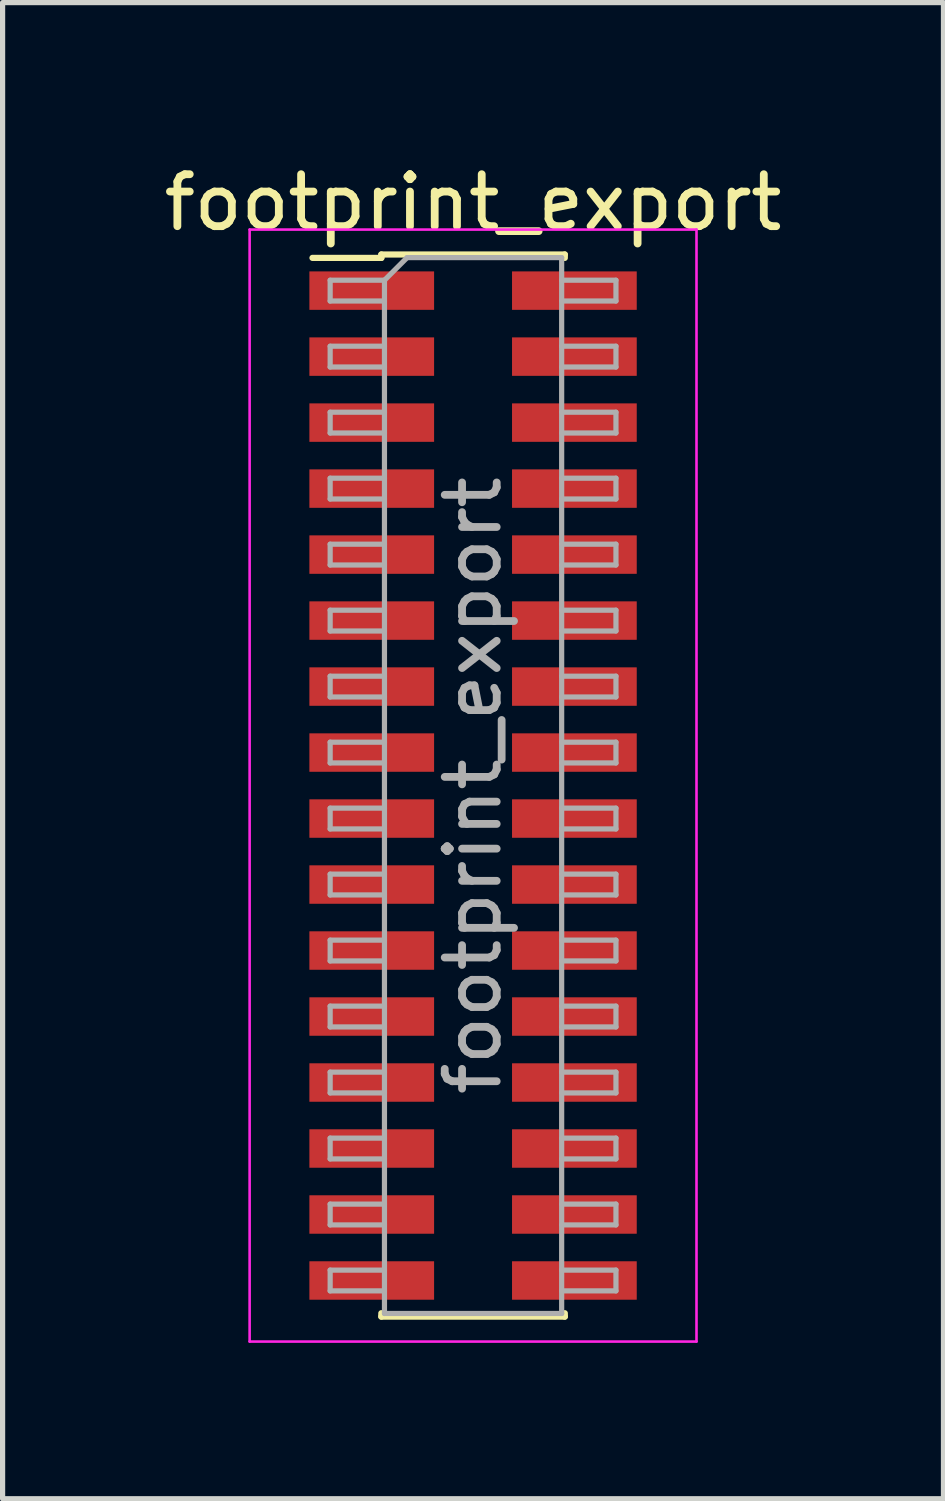
<source format=kicad_pcb>
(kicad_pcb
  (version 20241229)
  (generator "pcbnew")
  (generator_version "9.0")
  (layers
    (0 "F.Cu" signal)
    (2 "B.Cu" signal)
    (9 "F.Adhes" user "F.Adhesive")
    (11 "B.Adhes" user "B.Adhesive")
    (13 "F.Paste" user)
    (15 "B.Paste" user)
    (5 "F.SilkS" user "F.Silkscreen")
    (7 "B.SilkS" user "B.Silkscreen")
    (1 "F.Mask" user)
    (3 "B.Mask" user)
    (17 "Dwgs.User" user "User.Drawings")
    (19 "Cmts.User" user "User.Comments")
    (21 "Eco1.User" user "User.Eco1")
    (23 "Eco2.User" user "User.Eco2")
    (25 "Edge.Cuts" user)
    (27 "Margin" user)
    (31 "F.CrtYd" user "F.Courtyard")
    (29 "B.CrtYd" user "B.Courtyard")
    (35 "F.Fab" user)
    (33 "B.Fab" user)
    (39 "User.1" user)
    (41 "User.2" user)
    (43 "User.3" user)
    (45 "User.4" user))
  (footprint "footprint_export"
    (layer "F.Cu")
    (at 6.054 12.068)
    (property "Reference" "footprint_export" (at 0 -11.22 0) (layer "F.SilkS") (effects (font (size 1 1) (thickness 0.15))))
    (attr smd)
    (fp_line (start -3.09 -10.155) (end -1.765 -10.155) (stroke (width 0.12) (type solid)) (layer "F.SilkS"))
    (fp_line (start -1.765 -10.22) (end -1.765 -10.155) (stroke (width 0.12) (type solid)) (layer "F.SilkS"))
    (fp_line (start -1.765 -10.22) (end 1.765 -10.22) (stroke (width 0.12) (type solid)) (layer "F.SilkS"))
    (fp_line (start -1.765 10.155) (end -1.765 10.22) (stroke (width 0.12) (type solid)) (layer "F.SilkS"))
    (fp_line (start -1.765 10.22) (end 1.765 10.22) (stroke (width 0.12) (type solid)) (layer "F.SilkS"))
    (fp_line (start 1.765 -10.22) (end 1.765 -10.155) (stroke (width 0.12) (type solid)) (layer "F.SilkS"))
    (fp_line (start 1.765 10.155) (end 1.765 10.22) (stroke (width 0.12) (type solid)) (layer "F.SilkS"))
    (fp_line (start -4.3 -10.7) (end -4.3 10.7) (stroke (width 0.05) (type solid)) (layer "F.CrtYd"))
    (fp_line (start -4.3 10.7) (end 4.3 10.7) (stroke (width 0.05) (type solid)) (layer "F.CrtYd"))
    (fp_line (start 4.3 -10.7) (end -4.3 -10.7) (stroke (width 0.05) (type solid)) (layer "F.CrtYd"))
    (fp_line (start 4.3 10.7) (end 4.3 -10.7) (stroke (width 0.05) (type solid)) (layer "F.CrtYd"))
    (fp_line (start -2.75 -9.725) (end -2.75 -9.325) (stroke (width 0.1) (type solid)) (layer "F.Fab"))
    (fp_line (start -2.75 -9.325) (end -1.705 -9.325) (stroke (width 0.1) (type solid)) (layer "F.Fab"))
    (fp_line (start -2.75 -8.455) (end -2.75 -8.055) (stroke (width 0.1) (type solid)) (layer "F.Fab"))
    (fp_line (start -2.75 -8.055) (end -1.705 -8.055) (stroke (width 0.1) (type solid)) (layer "F.Fab"))
    (fp_line (start -2.75 -7.185) (end -2.75 -6.785) (stroke (width 0.1) (type solid)) (layer "F.Fab"))
    (fp_line (start -2.75 -6.785) (end -1.705 -6.785) (stroke (width 0.1) (type solid)) (layer "F.Fab"))
    (fp_line (start -2.75 -5.915) (end -2.75 -5.515) (stroke (width 0.1) (type solid)) (layer "F.Fab"))
    (fp_line (start -2.75 -5.515) (end -1.705 -5.515) (stroke (width 0.1) (type solid)) (layer "F.Fab"))
    (fp_line (start -2.75 -4.645) (end -2.75 -4.245) (stroke (width 0.1) (type solid)) (layer "F.Fab"))
    (fp_line (start -2.75 -4.245) (end -1.705 -4.245) (stroke (width 0.1) (type solid)) (layer "F.Fab"))
    (fp_line (start -2.75 -3.375) (end -2.75 -2.975) (stroke (width 0.1) (type solid)) (layer "F.Fab"))
    (fp_line (start -2.75 -2.975) (end -1.705 -2.975) (stroke (width 0.1) (type solid)) (layer "F.Fab"))
    (fp_line (start -2.75 -2.105) (end -2.75 -1.705) (stroke (width 0.1) (type solid)) (layer "F.Fab"))
    (fp_line (start -2.75 -1.705) (end -1.705 -1.705) (stroke (width 0.1) (type solid)) (layer "F.Fab"))
    (fp_line (start -2.75 -0.835) (end -2.75 -0.435) (stroke (width 0.1) (type solid)) (layer "F.Fab"))
    (fp_line (start -2.75 -0.435) (end -1.705 -0.435) (stroke (width 0.1) (type solid)) (layer "F.Fab"))
    (fp_line (start -2.75 0.435) (end -2.75 0.835) (stroke (width 0.1) (type solid)) (layer "F.Fab"))
    (fp_line (start -2.75 0.835) (end -1.705 0.835) (stroke (width 0.1) (type solid)) (layer "F.Fab"))
    (fp_line (start -2.75 1.705) (end -2.75 2.105) (stroke (width 0.1) (type solid)) (layer "F.Fab"))
    (fp_line (start -2.75 2.105) (end -1.705 2.105) (stroke (width 0.1) (type solid)) (layer "F.Fab"))
    (fp_line (start -2.75 2.975) (end -2.75 3.375) (stroke (width 0.1) (type solid)) (layer "F.Fab"))
    (fp_line (start -2.75 3.375) (end -1.705 3.375) (stroke (width 0.1) (type solid)) (layer "F.Fab"))
    (fp_line (start -2.75 4.245) (end -2.75 4.645) (stroke (width 0.1) (type solid)) (layer "F.Fab"))
    (fp_line (start -2.75 4.645) (end -1.705 4.645) (stroke (width 0.1) (type solid)) (layer "F.Fab"))
    (fp_line (start -2.75 5.515) (end -2.75 5.915) (stroke (width 0.1) (type solid)) (layer "F.Fab"))
    (fp_line (start -2.75 5.915) (end -1.705 5.915) (stroke (width 0.1) (type solid)) (layer "F.Fab"))
    (fp_line (start -2.75 6.785) (end -2.75 7.185) (stroke (width 0.1) (type solid)) (layer "F.Fab"))
    (fp_line (start -2.75 7.185) (end -1.705 7.185) (stroke (width 0.1) (type solid)) (layer "F.Fab"))
    (fp_line (start -2.75 8.055) (end -2.75 8.455) (stroke (width 0.1) (type solid)) (layer "F.Fab"))
    (fp_line (start -2.75 8.455) (end -1.705 8.455) (stroke (width 0.1) (type solid)) (layer "F.Fab"))
    (fp_line (start -2.75 9.325) (end -2.75 9.725) (stroke (width 0.1) (type solid)) (layer "F.Fab"))
    (fp_line (start -2.75 9.725) (end -1.705 9.725) (stroke (width 0.1) (type solid)) (layer "F.Fab"))
    (fp_line (start -1.705 -9.725) (end -2.75 -9.725) (stroke (width 0.1) (type solid)) (layer "F.Fab"))
    (fp_line (start -1.705 -9.725) (end -1.27 -10.16) (stroke (width 0.1) (type solid)) (layer "F.Fab"))
    (fp_line (start -1.705 -8.455) (end -2.75 -8.455) (stroke (width 0.1) (type solid)) (layer "F.Fab"))
    (fp_line (start -1.705 -7.185) (end -2.75 -7.185) (stroke (width 0.1) (type solid)) (layer "F.Fab"))
    (fp_line (start -1.705 -5.915) (end -2.75 -5.915) (stroke (width 0.1) (type solid)) (layer "F.Fab"))
    (fp_line (start -1.705 -4.645) (end -2.75 -4.645) (stroke (width 0.1) (type solid)) (layer "F.Fab"))
    (fp_line (start -1.705 -3.375) (end -2.75 -3.375) (stroke (width 0.1) (type solid)) (layer "F.Fab"))
    (fp_line (start -1.705 -2.105) (end -2.75 -2.105) (stroke (width 0.1) (type solid)) (layer "F.Fab"))
    (fp_line (start -1.705 -0.835) (end -2.75 -0.835) (stroke (width 0.1) (type solid)) (layer "F.Fab"))
    (fp_line (start -1.705 0.435) (end -2.75 0.435) (stroke (width 0.1) (type solid)) (layer "F.Fab"))
    (fp_line (start -1.705 1.705) (end -2.75 1.705) (stroke (width 0.1) (type solid)) (layer "F.Fab"))
    (fp_line (start -1.705 2.975) (end -2.75 2.975) (stroke (width 0.1) (type solid)) (layer "F.Fab"))
    (fp_line (start -1.705 4.245) (end -2.75 4.245) (stroke (width 0.1) (type solid)) (layer "F.Fab"))
    (fp_line (start -1.705 5.515) (end -2.75 5.515) (stroke (width 0.1) (type solid)) (layer "F.Fab"))
    (fp_line (start -1.705 6.785) (end -2.75 6.785) (stroke (width 0.1) (type solid)) (layer "F.Fab"))
    (fp_line (start -1.705 8.055) (end -2.75 8.055) (stroke (width 0.1) (type solid)) (layer "F.Fab"))
    (fp_line (start -1.705 9.325) (end -2.75 9.325) (stroke (width 0.1) (type solid)) (layer "F.Fab"))
    (fp_line (start -1.705 10.16) (end -1.705 -9.725) (stroke (width 0.1) (type solid)) (layer "F.Fab"))
    (fp_line (start -1.27 -10.16) (end 1.705 -10.16) (stroke (width 0.1) (type solid)) (layer "F.Fab"))
    (fp_line (start 1.705 -10.16) (end 1.705 10.16) (stroke (width 0.1) (type solid)) (layer "F.Fab"))
    (fp_line (start 1.705 -9.725) (end 2.75 -9.725) (stroke (width 0.1) (type solid)) (layer "F.Fab"))
    (fp_line (start 1.705 -8.455) (end 2.75 -8.455) (stroke (width 0.1) (type solid)) (layer "F.Fab"))
    (fp_line (start 1.705 -7.185) (end 2.75 -7.185) (stroke (width 0.1) (type solid)) (layer "F.Fab"))
    (fp_line (start 1.705 -5.915) (end 2.75 -5.915) (stroke (width 0.1) (type solid)) (layer "F.Fab"))
    (fp_line (start 1.705 -4.645) (end 2.75 -4.645) (stroke (width 0.1) (type solid)) (layer "F.Fab"))
    (fp_line (start 1.705 -3.375) (end 2.75 -3.375) (stroke (width 0.1) (type solid)) (layer "F.Fab"))
    (fp_line (start 1.705 -2.105) (end 2.75 -2.105) (stroke (width 0.1) (type solid)) (layer "F.Fab"))
    (fp_line (start 1.705 -0.835) (end 2.75 -0.835) (stroke (width 0.1) (type solid)) (layer "F.Fab"))
    (fp_line (start 1.705 0.435) (end 2.75 0.435) (stroke (width 0.1) (type solid)) (layer "F.Fab"))
    (fp_line (start 1.705 1.705) (end 2.75 1.705) (stroke (width 0.1) (type solid)) (layer "F.Fab"))
    (fp_line (start 1.705 2.975) (end 2.75 2.975) (stroke (width 0.1) (type solid)) (layer "F.Fab"))
    (fp_line (start 1.705 4.245) (end 2.75 4.245) (stroke (width 0.1) (type solid)) (layer "F.Fab"))
    (fp_line (start 1.705 5.515) (end 2.75 5.515) (stroke (width 0.1) (type solid)) (layer "F.Fab"))
    (fp_line (start 1.705 6.785) (end 2.75 6.785) (stroke (width 0.1) (type solid)) (layer "F.Fab"))
    (fp_line (start 1.705 8.055) (end 2.75 8.055) (stroke (width 0.1) (type solid)) (layer "F.Fab"))
    (fp_line (start 1.705 9.325) (end 2.75 9.325) (stroke (width 0.1) (type solid)) (layer "F.Fab"))
    (fp_line (start 1.705 10.16) (end -1.705 10.16) (stroke (width 0.1) (type solid)) (layer "F.Fab"))
    (fp_line (start 2.75 -9.725) (end 2.75 -9.325) (stroke (width 0.1) (type solid)) (layer "F.Fab"))
    (fp_line (start 2.75 -9.325) (end 1.705 -9.325) (stroke (width 0.1) (type solid)) (layer "F.Fab"))
    (fp_line (start 2.75 -8.455) (end 2.75 -8.055) (stroke (width 0.1) (type solid)) (layer "F.Fab"))
    (fp_line (start 2.75 -8.055) (end 1.705 -8.055) (stroke (width 0.1) (type solid)) (layer "F.Fab"))
    (fp_line (start 2.75 -7.185) (end 2.75 -6.785) (stroke (width 0.1) (type solid)) (layer "F.Fab"))
    (fp_line (start 2.75 -6.785) (end 1.705 -6.785) (stroke (width 0.1) (type solid)) (layer "F.Fab"))
    (fp_line (start 2.75 -5.915) (end 2.75 -5.515) (stroke (width 0.1) (type solid)) (layer "F.Fab"))
    (fp_line (start 2.75 -5.515) (end 1.705 -5.515) (stroke (width 0.1) (type solid)) (layer "F.Fab"))
    (fp_line (start 2.75 -4.645) (end 2.75 -4.245) (stroke (width 0.1) (type solid)) (layer "F.Fab"))
    (fp_line (start 2.75 -4.245) (end 1.705 -4.245) (stroke (width 0.1) (type solid)) (layer "F.Fab"))
    (fp_line (start 2.75 -3.375) (end 2.75 -2.975) (stroke (width 0.1) (type solid)) (layer "F.Fab"))
    (fp_line (start 2.75 -2.975) (end 1.705 -2.975) (stroke (width 0.1) (type solid)) (layer "F.Fab"))
    (fp_line (start 2.75 -2.105) (end 2.75 -1.705) (stroke (width 0.1) (type solid)) (layer "F.Fab"))
    (fp_line (start 2.75 -1.705) (end 1.705 -1.705) (stroke (width 0.1) (type solid)) (layer "F.Fab"))
    (fp_line (start 2.75 -0.835) (end 2.75 -0.435) (stroke (width 0.1) (type solid)) (layer "F.Fab"))
    (fp_line (start 2.75 -0.435) (end 1.705 -0.435) (stroke (width 0.1) (type solid)) (layer "F.Fab"))
    (fp_line (start 2.75 0.435) (end 2.75 0.835) (stroke (width 0.1) (type solid)) (layer "F.Fab"))
    (fp_line (start 2.75 0.835) (end 1.705 0.835) (stroke (width 0.1) (type solid)) (layer "F.Fab"))
    (fp_line (start 2.75 1.705) (end 2.75 2.105) (stroke (width 0.1) (type solid)) (layer "F.Fab"))
    (fp_line (start 2.75 2.105) (end 1.705 2.105) (stroke (width 0.1) (type solid)) (layer "F.Fab"))
    (fp_line (start 2.75 2.975) (end 2.75 3.375) (stroke (width 0.1) (type solid)) (layer "F.Fab"))
    (fp_line (start 2.75 3.375) (end 1.705 3.375) (stroke (width 0.1) (type solid)) (layer "F.Fab"))
    (fp_line (start 2.75 4.245) (end 2.75 4.645) (stroke (width 0.1) (type solid)) (layer "F.Fab"))
    (fp_line (start 2.75 4.645) (end 1.705 4.645) (stroke (width 0.1) (type solid)) (layer "F.Fab"))
    (fp_line (start 2.75 5.515) (end 2.75 5.915) (stroke (width 0.1) (type solid)) (layer "F.Fab"))
    (fp_line (start 2.75 5.915) (end 1.705 5.915) (stroke (width 0.1) (type solid)) (layer "F.Fab"))
    (fp_line (start 2.75 6.785) (end 2.75 7.185) (stroke (width 0.1) (type solid)) (layer "F.Fab"))
    (fp_line (start 2.75 7.185) (end 1.705 7.185) (stroke (width 0.1) (type solid)) (layer "F.Fab"))
    (fp_line (start 2.75 8.055) (end 2.75 8.455) (stroke (width 0.1) (type solid)) (layer "F.Fab"))
    (fp_line (start 2.75 8.455) (end 1.705 8.455) (stroke (width 0.1) (type solid)) (layer "F.Fab"))
    (fp_line (start 2.75 9.325) (end 2.75 9.725) (stroke (width 0.1) (type solid)) (layer "F.Fab"))
    (fp_line (start 2.75 9.725) (end 1.705 9.725) (stroke (width 0.1) (type solid)) (layer "F.Fab"))
    (fp_text user "${REFERENCE}" (at 0 0 90) (layer "F.Fab") (effects (font (size 1 1) (thickness 0.15))))
    (pad "1" smd rect (at -1.95 -9.525) (size 2.4 0.74) (layers "F.Cu" "F.Mask" "F.Paste"))
    (pad "2" smd rect (at 1.95 -9.525) (size 2.4 0.74) (layers "F.Cu" "F.Mask" "F.Paste"))
    (pad "3" smd rect (at -1.95 -8.255) (size 2.4 0.74) (layers "F.Cu" "F.Mask" "F.Paste"))
    (pad "4" smd rect (at 1.95 -8.255) (size 2.4 0.74) (layers "F.Cu" "F.Mask" "F.Paste"))
    (pad "5" smd rect (at -1.95 -6.985) (size 2.4 0.74) (layers "F.Cu" "F.Mask" "F.Paste"))
    (pad "6" smd rect (at 1.95 -6.985) (size 2.4 0.74) (layers "F.Cu" "F.Mask" "F.Paste"))
    (pad "7" smd rect (at -1.95 -5.715) (size 2.4 0.74) (layers "F.Cu" "F.Mask" "F.Paste"))
    (pad "8" smd rect (at 1.95 -5.715) (size 2.4 0.74) (layers "F.Cu" "F.Mask" "F.Paste"))
    (pad "9" smd rect (at -1.95 -4.445) (size 2.4 0.74) (layers "F.Cu" "F.Mask" "F.Paste"))
    (pad "10" smd rect (at 1.95 -4.445) (size 2.4 0.74) (layers "F.Cu" "F.Mask" "F.Paste"))
    (pad "11" smd rect (at -1.95 -3.175) (size 2.4 0.74) (layers "F.Cu" "F.Mask" "F.Paste"))
    (pad "12" smd rect (at 1.95 -3.175) (size 2.4 0.74) (layers "F.Cu" "F.Mask" "F.Paste"))
    (pad "13" smd rect (at -1.95 -1.905) (size 2.4 0.74) (layers "F.Cu" "F.Mask" "F.Paste"))
    (pad "14" smd rect (at 1.95 -1.905) (size 2.4 0.74) (layers "F.Cu" "F.Mask" "F.Paste"))
    (pad "15" smd rect (at -1.95 -0.635) (size 2.4 0.74) (layers "F.Cu" "F.Mask" "F.Paste"))
    (pad "16" smd rect (at 1.95 -0.635) (size 2.4 0.74) (layers "F.Cu" "F.Mask" "F.Paste"))
    (pad "17" smd rect (at -1.95 0.635) (size 2.4 0.74) (layers "F.Cu" "F.Mask" "F.Paste"))
    (pad "18" smd rect (at 1.95 0.635) (size 2.4 0.74) (layers "F.Cu" "F.Mask" "F.Paste"))
    (pad "19" smd rect (at -1.95 1.905) (size 2.4 0.74) (layers "F.Cu" "F.Mask" "F.Paste"))
    (pad "20" smd rect (at 1.95 1.905) (size 2.4 0.74) (layers "F.Cu" "F.Mask" "F.Paste"))
    (pad "21" smd rect (at -1.95 3.175) (size 2.4 0.74) (layers "F.Cu" "F.Mask" "F.Paste"))
    (pad "22" smd rect (at 1.95 3.175) (size 2.4 0.74) (layers "F.Cu" "F.Mask" "F.Paste"))
    (pad "23" smd rect (at -1.95 4.445) (size 2.4 0.74) (layers "F.Cu" "F.Mask" "F.Paste"))
    (pad "24" smd rect (at 1.95 4.445) (size 2.4 0.74) (layers "F.Cu" "F.Mask" "F.Paste"))
    (pad "25" smd rect (at -1.95 5.715) (size 2.4 0.74) (layers "F.Cu" "F.Mask" "F.Paste"))
    (pad "26" smd rect (at 1.95 5.715) (size 2.4 0.74) (layers "F.Cu" "F.Mask" "F.Paste"))
    (pad "27" smd rect (at -1.95 6.985) (size 2.4 0.74) (layers "F.Cu" "F.Mask" "F.Paste"))
    (pad "28" smd rect (at 1.95 6.985) (size 2.4 0.74) (layers "F.Cu" "F.Mask" "F.Paste"))
    (pad "29" smd rect (at -1.95 8.255) (size 2.4 0.74) (layers "F.Cu" "F.Mask" "F.Paste"))
    (pad "30" smd rect (at 1.95 8.255) (size 2.4 0.74) (layers "F.Cu" "F.Mask" "F.Paste"))
    (pad "31" smd rect (at -1.95 9.525) (size 2.4 0.74) (layers "F.Cu" "F.Mask" "F.Paste"))
    (pad "32" smd rect (at 1.95 9.525) (size 2.4 0.74) (layers "F.Cu" "F.Mask" "F.Paste")))
  (gr_rect
    (start -3 -3)
    (end 15.107 25.793)
    (stroke (width 0.1) (type default))
    (fill no)
    (layer "Edge.Cuts")))
</source>
